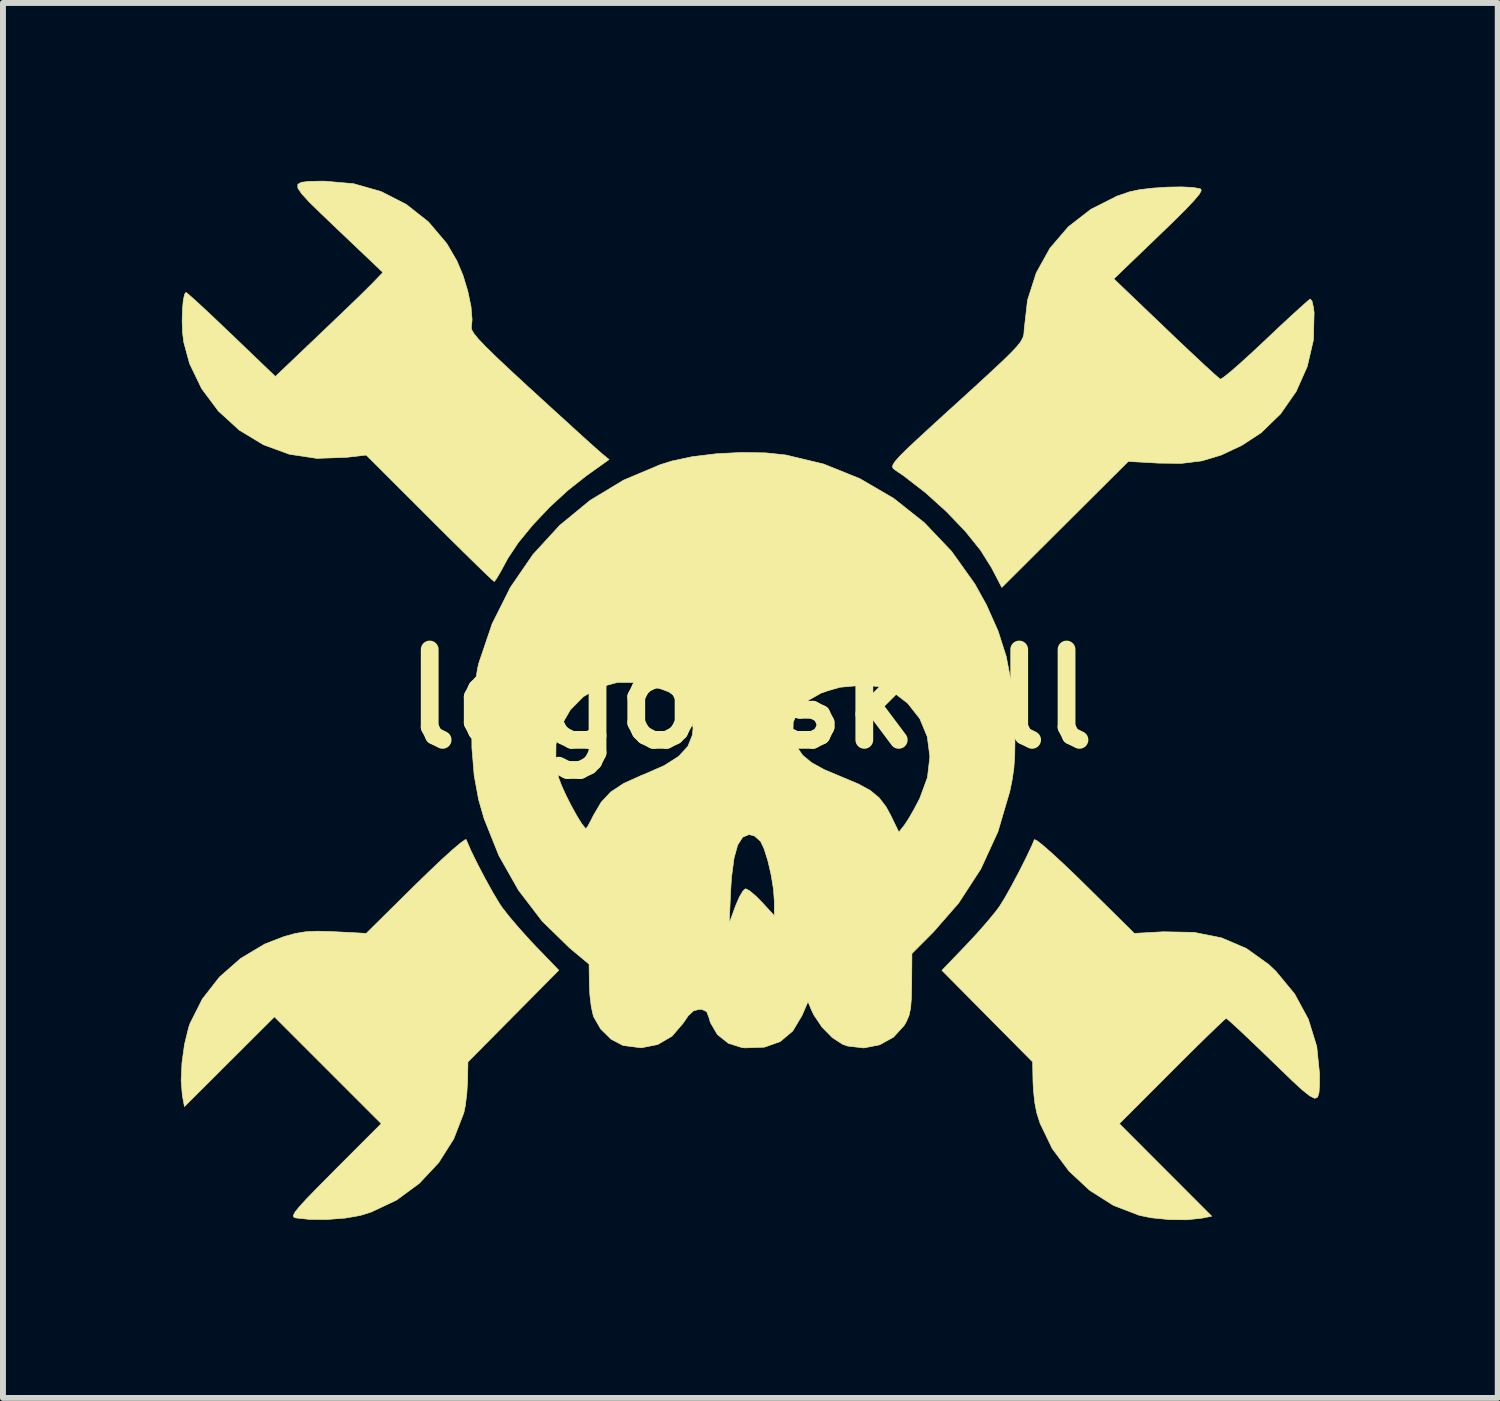
<source format=kicad_pcb>
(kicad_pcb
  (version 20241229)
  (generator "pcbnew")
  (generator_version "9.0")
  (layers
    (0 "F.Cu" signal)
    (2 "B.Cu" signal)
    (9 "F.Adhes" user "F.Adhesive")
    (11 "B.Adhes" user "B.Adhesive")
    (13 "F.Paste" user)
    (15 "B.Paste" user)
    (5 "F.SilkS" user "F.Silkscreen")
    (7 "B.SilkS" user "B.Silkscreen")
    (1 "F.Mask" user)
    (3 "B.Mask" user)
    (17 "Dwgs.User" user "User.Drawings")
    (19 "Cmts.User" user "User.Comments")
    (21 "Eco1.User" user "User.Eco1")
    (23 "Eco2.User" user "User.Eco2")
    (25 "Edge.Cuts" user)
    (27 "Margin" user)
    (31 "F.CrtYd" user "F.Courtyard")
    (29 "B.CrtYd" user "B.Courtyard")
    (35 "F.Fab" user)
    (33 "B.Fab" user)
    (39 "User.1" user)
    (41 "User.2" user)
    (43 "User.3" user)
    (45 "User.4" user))
  (footprint "logo_skull"
    (layer "F.Cu")
    (at 9.604 8.739)
    (property "Reference" "logo_skull" (at 0 0 0) (layer "F.SilkS") (effects (font (size 1.524 1.524) (thickness 0.3))))
    (attr through_hole)
    (fp_poly (pts (xy -4.715 2.55) (xy -4.603 2.779) (xy -4.473 3.027) (xy -4.343 3.262) (xy -4.228 3.454) (xy -4.177 3.528) (xy -4.06 3.677) (xy -3.897 3.868) (xy -3.714 4.071) (xy -3.611 4.18) (xy -3.23 4.575) (xy -3.996 5.348) (xy -4.762 6.121) (xy -4.768 6.444) (xy -4.781 6.657) (xy -4.807 6.864) (xy -4.83 6.976) (xy -5.001 7.418) (xy -5.255 7.82) (xy -5.582 8.169) (xy -5.966 8.451) (xy -6.396 8.654) (xy -6.58 8.711) (xy -6.833 8.755) (xy -7.133 8.778) (xy -7.43 8.777) (xy -7.666 8.752) (xy -7.7 8.738) (xy -7.706 8.708) (xy -7.677 8.653) (xy -7.606 8.565) (xy -7.486 8.433) (xy -7.309 8.251) (xy -7.068 8.008) (xy -7.006 7.945) (xy -6.224 7.162) (xy -7.125 6.261) (xy -8.026 5.36) (xy -9.543 6.874) (xy -9.579 6.682) (xy -9.599 6.435) (xy -9.585 6.135) (xy -9.542 5.824) (xy -9.473 5.543) (xy -9.448 5.47) (xy -9.241 5.059) (xy -8.952 4.689) (xy -8.596 4.376) (xy -8.189 4.133) (xy -7.864 4.007) (xy -7.671 3.954) (xy -7.495 3.925) (xy -7.299 3.916) (xy -7.046 3.923) (xy -6.992 3.926) (xy -6.477 3.953) (xy -5.646 3.132) (xy -5.409 2.902) (xy -5.197 2.701) (xy -5.019 2.54) (xy -4.886 2.428) (xy -4.808 2.373) (xy -4.792 2.371) (xy -4.715 2.55)) (stroke (width 0.01) (type solid)) (fill yes) (layer "F.SilkS"))
    (fp_poly (pts (xy 4.833 2.388) (xy 4.935 2.468) (xy 5.088 2.602) (xy 5.281 2.78) (xy 5.505 2.994) (xy 5.646 3.132) (xy 6.477 3.953) (xy 6.966 3.926) (xy 7.485 3.936) (xy 7.95 4.029) (xy 8.366 4.207) (xy 8.739 4.474) (xy 8.863 4.59) (xy 9.18 4.973) (xy 9.412 5.401) (xy 9.554 5.86) (xy 9.601 6.324) (xy 9.6 6.507) (xy 9.592 6.638) (xy 9.568 6.715) (xy 9.52 6.735) (xy 9.437 6.695) (xy 9.31 6.594) (xy 9.131 6.429) (xy 8.891 6.196) (xy 8.8 6.109) (xy 8.574 5.891) (xy 8.373 5.699) (xy 8.208 5.544) (xy 8.09 5.437) (xy 8.031 5.387) (xy 8.027 5.385) (xy 7.985 5.419) (xy 7.882 5.516) (xy 7.727 5.666) (xy 7.53 5.858) (xy 7.302 6.084) (xy 7.112 6.274) (xy 6.224 7.163) (xy 7.003 7.943) (xy 7.782 8.723) (xy 7.618 8.756) (xy 7.366 8.783) (xy 7.066 8.78) (xy 6.765 8.75) (xy 6.559 8.708) (xy 6.123 8.54) (xy 5.724 8.287) (xy 5.376 7.963) (xy 5.092 7.582) (xy 4.888 7.158) (xy 4.83 6.976) (xy 4.798 6.807) (xy 4.775 6.593) (xy 4.768 6.444) (xy 4.762 6.121) (xy 3.997 5.349) (xy 3.232 4.577) (xy 3.637 4.155) (xy 3.82 3.959) (xy 3.994 3.761) (xy 4.136 3.589) (xy 4.206 3.495) (xy 4.295 3.351) (xy 4.41 3.145) (xy 4.535 2.91) (xy 4.653 2.676) (xy 4.748 2.475) (xy 4.792 2.371) (xy 4.833 2.388)) (stroke (width 0.01) (type solid)) (fill yes) (layer "F.SilkS"))
    (fp_poly (pts (xy 7.472 -8.627) (xy 7.594 -8.604) (xy 7.606 -8.576) (xy 7.572 -8.513) (xy 7.485 -8.409) (xy 7.34 -8.256) (xy 7.131 -8.048) (xy 6.904 -7.829) (xy 6.131 -7.086) (xy 7.007 -6.248) (xy 7.254 -6.012) (xy 7.479 -5.801) (xy 7.669 -5.623) (xy 7.815 -5.49) (xy 7.905 -5.411) (xy 7.929 -5.393) (xy 7.978 -5.422) (xy 8.089 -5.51) (xy 8.248 -5.648) (xy 8.444 -5.826) (xy 8.665 -6.032) (xy 8.688 -6.054) (xy 8.911 -6.265) (xy 9.11 -6.45) (xy 9.274 -6.599) (xy 9.389 -6.702) (xy 9.443 -6.745) (xy 9.445 -6.746) (xy 9.474 -6.71) (xy 9.499 -6.601) (xy 9.509 -6.518) (xy 9.498 -6.057) (xy 9.394 -5.608) (xy 9.207 -5.187) (xy 8.944 -4.809) (xy 8.615 -4.49) (xy 8.289 -4.277) (xy 7.942 -4.114) (xy 7.616 -4.016) (xy 7.274 -3.974) (xy 6.885 -3.978) (xy 6.375 -4.007) (xy 4.242 -1.881) (xy 4.069 -2.214) (xy 3.882 -2.512) (xy 3.622 -2.834) (xy 3.306 -3.163) (xy 2.955 -3.48) (xy 2.585 -3.766) (xy 2.445 -3.861) (xy 2.414 -3.885) (xy 2.398 -3.912) (xy 2.406 -3.95) (xy 2.443 -4.007) (xy 2.517 -4.091) (xy 2.635 -4.209) (xy 2.804 -4.368) (xy 3.032 -4.578) (xy 3.324 -4.845) (xy 3.472 -4.979) (xy 3.795 -5.273) (xy 4.05 -5.508) (xy 4.246 -5.691) (xy 4.391 -5.832) (xy 4.492 -5.939) (xy 4.558 -6.021) (xy 4.595 -6.087) (xy 4.613 -6.144) (xy 4.618 -6.201) (xy 4.619 -6.229) (xy 4.676 -6.728) (xy 4.824 -7.189) (xy 5.055 -7.604) (xy 5.364 -7.964) (xy 5.744 -8.259) (xy 6.187 -8.482) (xy 6.397 -8.554) (xy 6.571 -8.591) (xy 6.796 -8.617) (xy 7.041 -8.633) (xy 7.277 -8.637) (xy 7.472 -8.627)) (stroke (width 0.01) (type solid)) (fill yes) (layer "F.SilkS"))
    (fp_poly (pts (xy -6.691 -8.691) (xy -6.225 -8.558) (xy -5.801 -8.341) (xy -5.428 -8.047) (xy -5.119 -7.682) (xy -4.948 -7.39) (xy -4.845 -7.144) (xy -4.764 -6.877) (xy -4.71 -6.618) (xy -4.692 -6.396) (xy -4.704 -6.272) (xy -4.699 -6.228) (xy -4.661 -6.163) (xy -4.584 -6.069) (xy -4.46 -5.939) (xy -4.282 -5.765) (xy -4.044 -5.541) (xy -3.737 -5.257) (xy -3.679 -5.205) (xy -3.4 -4.949) (xy -3.139 -4.712) (xy -2.909 -4.502) (xy -2.72 -4.331) (xy -2.582 -4.208) (xy -2.508 -4.143) (xy -2.505 -4.14) (xy -2.382 -4.039) (xy -2.771 -3.761) (xy -3.078 -3.518) (xy -3.385 -3.236) (xy -3.669 -2.935) (xy -3.912 -2.639) (xy -4.092 -2.368) (xy -4.119 -2.317) (xy -4.206 -2.156) (xy -4.276 -2.037) (xy -4.315 -1.983) (xy -4.318 -1.981) (xy -4.359 -2.016) (xy -4.463 -2.114) (xy -4.62 -2.266) (xy -4.821 -2.463) (xy -5.058 -2.697) (xy -5.321 -2.959) (xy -5.41 -3.048) (xy -6.477 -4.114) (xy -6.807 -4.076) (xy -7.31 -4.058) (xy -7.774 -4.128) (xy -8.211 -4.288) (xy -8.618 -4.534) (xy -8.97 -4.855) (xy -9.253 -5.234) (xy -9.457 -5.657) (xy -9.555 -6.018) (xy -9.575 -6.183) (xy -9.582 -6.373) (xy -9.577 -6.561) (xy -9.563 -6.723) (xy -9.54 -6.829) (xy -9.517 -6.858) (xy -9.474 -6.824) (xy -9.369 -6.731) (xy -9.214 -6.588) (xy -9.02 -6.406) (xy -8.799 -6.195) (xy -8.75 -6.149) (xy -8.01 -5.439) (xy -7.269 -6.144) (xy -7.031 -6.372) (xy -6.806 -6.587) (xy -6.611 -6.775) (xy -6.46 -6.924) (xy -6.366 -7.017) (xy -6.362 -7.022) (xy -6.196 -7.194) (xy -6.965 -7.925) (xy -7.235 -8.183) (xy -7.435 -8.378) (xy -7.566 -8.521) (xy -7.631 -8.618) (xy -7.631 -8.68) (xy -7.571 -8.714) (xy -7.451 -8.729) (xy -7.275 -8.733) (xy -7.186 -8.734) (xy -6.691 -8.691)) (stroke (width 0.01) (type solid)) (fill yes) (layer "F.SilkS"))
    (fp_poly (pts (xy 0.263 -4.151) (xy 0.596 -4.116) (xy 1.239 -3.962) (xy 1.849 -3.716) (xy 2.418 -3.384) (xy 2.936 -2.973) (xy 3.395 -2.49) (xy 3.786 -1.942) (xy 3.982 -1.589) (xy 4.178 -1.15) (xy 4.316 -0.719) (xy 4.404 -0.265) (xy 4.45 0.245) (xy 4.456 0.381) (xy 4.464 0.704) (xy 4.46 0.957) (xy 4.445 1.171) (xy 4.414 1.377) (xy 4.377 1.558) (xy 4.177 2.237) (xy 3.889 2.865) (xy 3.514 3.442) (xy 3.087 3.931) (xy 2.726 4.293) (xy 2.722 4.801) (xy 2.717 5.045) (xy 2.704 5.215) (xy 2.677 5.339) (xy 2.632 5.443) (xy 2.596 5.505) (xy 2.416 5.703) (xy 2.181 5.833) (xy 1.915 5.885) (xy 1.645 5.854) (xy 1.558 5.824) (xy 1.382 5.71) (xy 1.209 5.533) (xy 1.07 5.326) (xy 1.038 5.258) (xy 0.973 5.105) (xy 0.873 5.337) (xy 0.716 5.6) (xy 0.505 5.778) (xy 0.239 5.872) (xy -0.087 5.884) (xy -0.141 5.879) (xy -0.371 5.806) (xy -0.556 5.658) (xy -0.674 5.455) (xy -0.694 5.382) (xy -0.735 5.273) (xy -0.816 5.235) (xy -0.857 5.234) (xy -0.956 5.258) (xy -1.047 5.343) (xy -1.13 5.465) (xy -1.32 5.687) (xy -1.562 5.828) (xy -1.84 5.883) (xy -2.14 5.844) (xy -2.154 5.84) (xy -2.349 5.737) (xy -2.523 5.566) (xy -2.641 5.361) (xy -2.649 5.338) (xy -2.682 5.189) (xy -2.706 4.988) (xy -2.714 4.814) (xy -2.719 4.472) (xy -3.049 4.197) (xy -3.471 3.785) (xy -0.356 3.785) (xy -0.25 3.493) (xy -0.184 3.339) (xy -0.12 3.233) (xy -0.078 3.2) (xy -0.011 3.235) (xy 0.096 3.326) (xy 0.197 3.428) (xy 0.406 3.655) (xy 0.406 3.415) (xy 0.391 3.208) (xy 0.352 2.968) (xy 0.297 2.73) (xy 0.233 2.527) (xy 0.174 2.401) (xy 0.07 2.31) (xy -0.021 2.286) (xy -0.128 2.33) (xy -0.213 2.463) (xy -0.275 2.689) (xy -0.317 3.011) (xy -0.331 3.241) (xy -0.356 3.785) (xy -3.471 3.785) (xy -3.51 3.747) (xy -3.909 3.225) (xy -4.239 2.643) (xy -4.49 2.017) (xy -4.582 1.696) (xy -4.657 1.288) (xy -4.672 1.1) (xy -3.28 1.1) (xy -3.234 1.325) (xy -3.184 1.458) (xy -3.107 1.627) (xy -3.016 1.807) (xy -2.923 1.974) (xy -2.841 2.106) (xy -2.783 2.178) (xy -2.769 2.184) (xy -2.739 2.143) (xy -2.682 2.037) (xy -2.643 1.959) (xy -2.514 1.74) (xy -2.352 1.567) (xy -2.134 1.423) (xy -1.841 1.291) (xy -1.79 1.271) (xy -1.452 1.123) (xy -1.209 0.968) (xy -1.053 0.799) (xy -0.978 0.612) (xy 0.718 0.612) (xy 0.787 0.811) (xy 0.884 0.949) (xy 1.032 1.072) (xy 1.247 1.191) (xy 1.54 1.314) (xy 1.821 1.432) (xy 2.026 1.544) (xy 2.175 1.668) (xy 2.291 1.82) (xy 2.368 1.962) (xy 2.506 2.246) (xy 2.6 2.126) (xy 2.67 2.02) (xy 2.763 1.858) (xy 2.858 1.677) (xy 2.988 1.324) (xy 3.029 0.972) (xy 2.985 0.636) (xy 2.859 0.332) (xy 2.655 0.073) (xy 2.462 -0.076) (xy 2.312 -0.161) (xy 2.176 -0.207) (xy 2.012 -0.226) (xy 1.858 -0.229) (xy 1.513 -0.198) (xy 1.218 -0.113) (xy 0.983 0.02) (xy 0.815 0.19) (xy 0.724 0.391) (xy 0.718 0.612) (xy -0.978 0.612) (xy -0.976 0.609) (xy -0.965 0.49) (xy -1.012 0.246) (xy -1.149 0.042) (xy -1.372 -0.119) (xy -1.676 -0.233) (xy -1.897 -0.277) (xy -2.238 -0.28) (xy -2.548 -0.197) (xy -2.817 -0.038) (xy -3.035 0.183) (xy -3.192 0.455) (xy -3.277 0.765) (xy -3.28 1.1) (xy -4.672 1.1) (xy -4.695 0.827) (xy -4.698 0.347) (xy -4.666 -0.116) (xy -4.597 -0.528) (xy -4.577 -0.61) (xy -4.353 -1.27) (xy -4.046 -1.882) (xy -3.665 -2.437) (xy -3.215 -2.928) (xy -2.703 -3.349) (xy -2.136 -3.692) (xy -1.521 -3.951) (xy -1.321 -4.014) (xy -0.978 -4.087) (xy -0.574 -4.136) (xy -0.148 -4.158) (xy 0.263 -4.151)) (stroke (width 0.01) (type solid)) (fill yes) (layer "F.SilkS")))
  (gr_rect
    (start -3 -3)
    (end 22.21 20.527)
    (stroke (width 0.1) (type default))
    (fill no)
    (layer "Edge.Cuts")))
</source>
